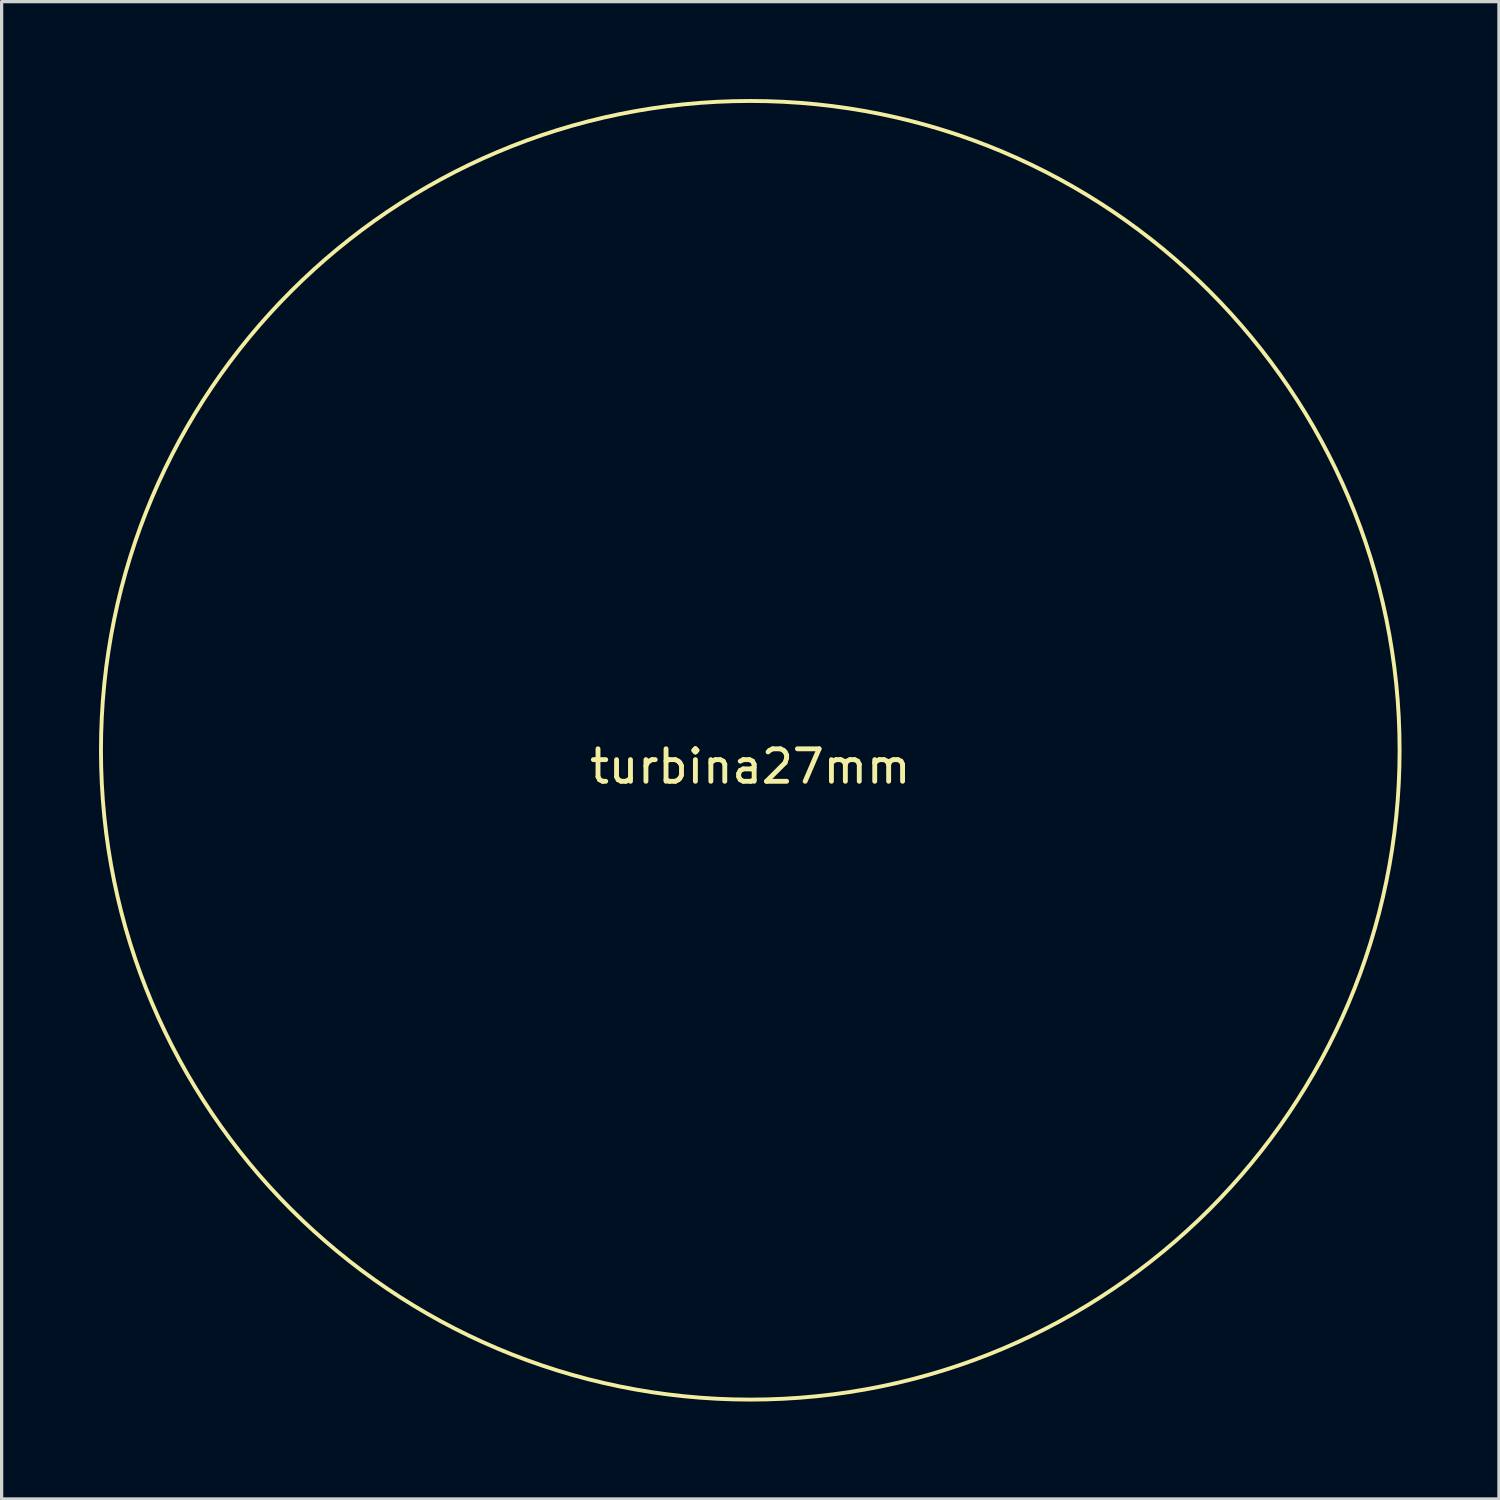
<source format=kicad_pcb>
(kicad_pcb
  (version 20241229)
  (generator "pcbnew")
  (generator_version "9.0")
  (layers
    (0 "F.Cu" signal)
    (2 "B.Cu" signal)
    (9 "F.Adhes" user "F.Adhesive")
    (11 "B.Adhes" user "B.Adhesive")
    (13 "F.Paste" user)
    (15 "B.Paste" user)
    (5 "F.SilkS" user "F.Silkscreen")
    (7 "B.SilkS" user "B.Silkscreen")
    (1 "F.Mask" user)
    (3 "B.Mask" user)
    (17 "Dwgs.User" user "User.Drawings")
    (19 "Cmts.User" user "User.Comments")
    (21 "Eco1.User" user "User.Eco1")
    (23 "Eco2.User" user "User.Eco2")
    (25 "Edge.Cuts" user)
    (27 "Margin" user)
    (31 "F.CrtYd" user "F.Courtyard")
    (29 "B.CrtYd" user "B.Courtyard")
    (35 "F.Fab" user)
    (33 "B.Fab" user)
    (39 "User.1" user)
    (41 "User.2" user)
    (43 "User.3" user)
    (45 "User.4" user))
  (footprint "turbina27mm"
    (layer "F.Cu")
    (at 20.06 20.06)
    (property "Reference" "turbina27mm" (at 0 0.5 0) (layer "F.SilkS") (effects (font (size 1 1) (thickness 0.15))))
    (attr through_hole)
    (fp_circle (center 0 0) (end 20 0) (stroke (width 0.12) (type solid)) (fill no) (layer "F.SilkS")))
  (gr_rect
    (start -3 -3)
    (end 43.12 43.12)
    (stroke (width 0.1) (type default))
    (fill no)
    (layer "Edge.Cuts")))
</source>
